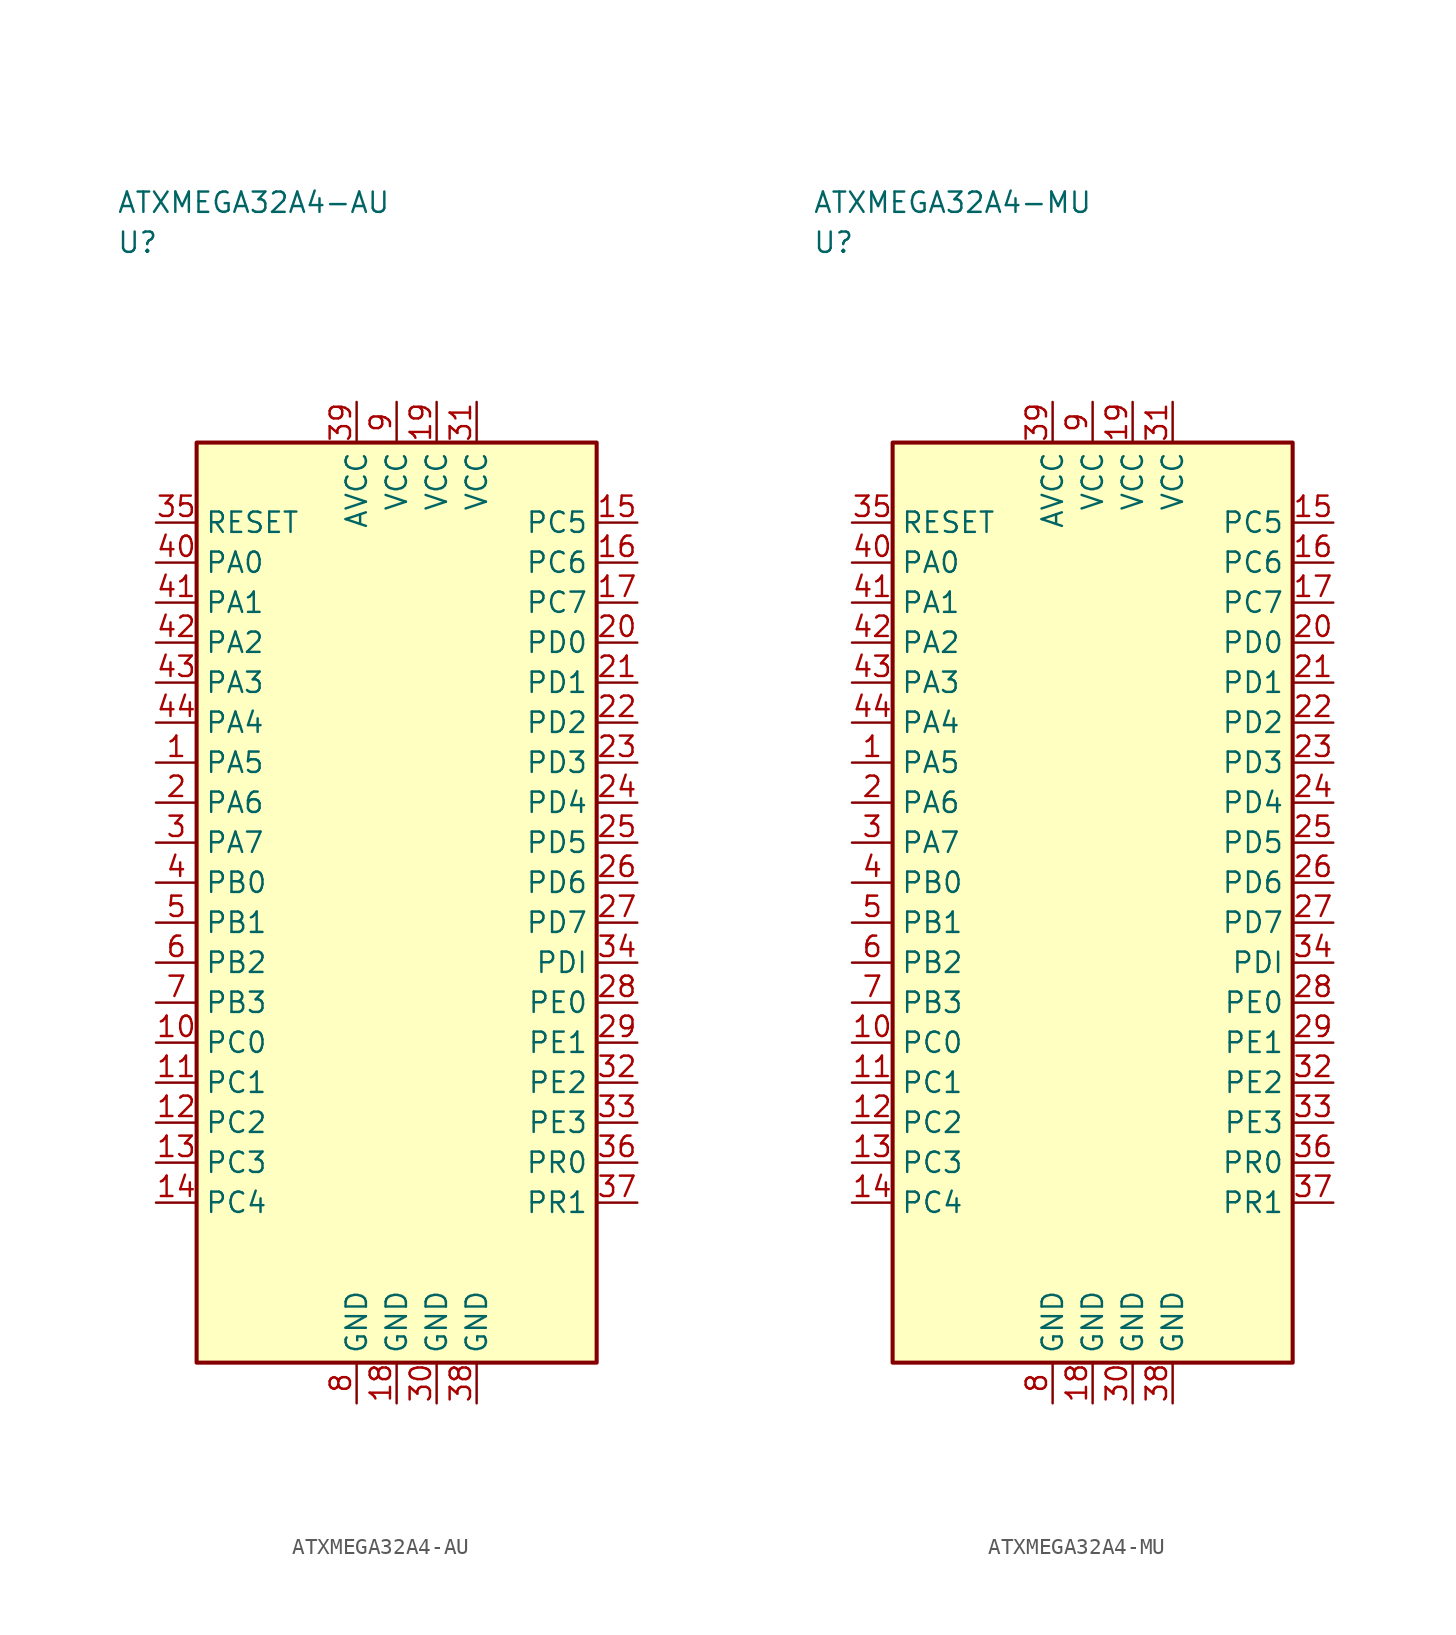
<source format=kicad_sym>
(kicad_symbol_lib
  (version 20241025)
  (generator "kicad_symbol_editor")
  (generator_version "8.0")
  (symbol "ATXMEGA32A4-AU"
    (property "Reference" "U"
      (at -17.5 41.25 0)
      (effects (font (size 1.27 1.27)) (justify left)))
    (property "Value" "ATXMEGA32A4-AU"
      (at -17.5 43.75 0)
      (effects (font (size 1.27 1.27)) (justify left)))
    (symbol "ATXMEGA32A4-AU_0_1"
      (rectangle (start -12.5 28.75) (end 12.5 -28.75) (stroke (width 0.254) (type default)) (fill (type background))))
    (symbol "ATXMEGA32A4-AU_1_1"
      (pin bidirectional line (at -15.04 8.75 0.0) (length 2.54) (name "PA5" (effects (font (size 1.27 1.27)))) (number "1" (effects (font (size 1.27 1.27)))))
      (pin bidirectional line (at -15.04 6.25 0.0) (length 2.54) (name "PA6" (effects (font (size 1.27 1.27)))) (number "2" (effects (font (size 1.27 1.27)))))
      (pin bidirectional line (at -15.04 3.75 0.0) (length 2.54) (name "PA7" (effects (font (size 1.27 1.27)))) (number "3" (effects (font (size 1.27 1.27)))))
      (pin bidirectional line (at -15.04 1.25 0.0) (length 2.54) (name "PB0" (effects (font (size 1.27 1.27)))) (number "4" (effects (font (size 1.27 1.27)))))
      (pin bidirectional line (at -15.04 -1.25 0.0) (length 2.54) (name "PB1" (effects (font (size 1.27 1.27)))) (number "5" (effects (font (size 1.27 1.27)))))
      (pin bidirectional line (at -15.04 -3.75 0.0) (length 2.54) (name "PB2" (effects (font (size 1.27 1.27)))) (number "6" (effects (font (size 1.27 1.27)))))
      (pin bidirectional line (at -15.04 -6.25 0.0) (length 2.54) (name "PB3" (effects (font (size 1.27 1.27)))) (number "7" (effects (font (size 1.27 1.27)))))
      (pin passive line (at -2.5 -31.29 90.0) (length 2.54) (name "GND" (effects (font (size 1.27 1.27)))) (number "8" (effects (font (size 1.27 1.27)))))
      (pin power_in line (at 0.0 31.29 270.0) (length 2.54) (name "VCC" (effects (font (size 1.27 1.27)))) (number "9" (effects (font (size 1.27 1.27)))))
      (pin bidirectional line (at -15.04 -8.75 0.0) (length 2.54) (name "PC0" (effects (font (size 1.27 1.27)))) (number "10" (effects (font (size 1.27 1.27)))))
      (pin bidirectional line (at -15.04 -11.25 0.0) (length 2.54) (name "PC1" (effects (font (size 1.27 1.27)))) (number "11" (effects (font (size 1.27 1.27)))))
      (pin bidirectional line (at -15.04 -13.75 0.0) (length 2.54) (name "PC2" (effects (font (size 1.27 1.27)))) (number "12" (effects (font (size 1.27 1.27)))))
      (pin bidirectional line (at -15.04 -16.25 0.0) (length 2.54) (name "PC3" (effects (font (size 1.27 1.27)))) (number "13" (effects (font (size 1.27 1.27)))))
      (pin bidirectional line (at -15.04 -18.75 0.0) (length 2.54) (name "PC4" (effects (font (size 1.27 1.27)))) (number "14" (effects (font (size 1.27 1.27)))))
      (pin bidirectional line (at 15.04 23.75 180.0) (length 2.54) (name "PC5" (effects (font (size 1.27 1.27)))) (number "15" (effects (font (size 1.27 1.27)))))
      (pin bidirectional line (at 15.04 21.25 180.0) (length 2.54) (name "PC6" (effects (font (size 1.27 1.27)))) (number "16" (effects (font (size 1.27 1.27)))))
      (pin bidirectional line (at 15.04 18.75 180.0) (length 2.54) (name "PC7" (effects (font (size 1.27 1.27)))) (number "17" (effects (font (size 1.27 1.27)))))
      (pin passive line (at 0.0 -31.29 90.0) (length 2.54) (name "GND" (effects (font (size 1.27 1.27)))) (number "18" (effects (font (size 1.27 1.27)))))
      (pin power_in line (at 2.5 31.29 270.0) (length 2.54) (name "VCC" (effects (font (size 1.27 1.27)))) (number "19" (effects (font (size 1.27 1.27)))))
      (pin bidirectional line (at 15.04 16.25 180.0) (length 2.54) (name "PD0" (effects (font (size 1.27 1.27)))) (number "20" (effects (font (size 1.27 1.27)))))
      (pin bidirectional line (at 15.04 13.75 180.0) (length 2.54) (name "PD1" (effects (font (size 1.27 1.27)))) (number "21" (effects (font (size 1.27 1.27)))))
      (pin bidirectional line (at 15.04 11.25 180.0) (length 2.54) (name "PD2" (effects (font (size 1.27 1.27)))) (number "22" (effects (font (size 1.27 1.27)))))
      (pin bidirectional line (at 15.04 8.75 180.0) (length 2.54) (name "PD3" (effects (font (size 1.27 1.27)))) (number "23" (effects (font (size 1.27 1.27)))))
      (pin bidirectional line (at 15.04 6.25 180.0) (length 2.54) (name "PD4" (effects (font (size 1.27 1.27)))) (number "24" (effects (font (size 1.27 1.27)))))
      (pin bidirectional line (at 15.04 3.75 180.0) (length 2.54) (name "PD5" (effects (font (size 1.27 1.27)))) (number "25" (effects (font (size 1.27 1.27)))))
      (pin bidirectional line (at 15.04 1.25 180.0) (length 2.54) (name "PD6" (effects (font (size 1.27 1.27)))) (number "26" (effects (font (size 1.27 1.27)))))
      (pin bidirectional line (at 15.04 -1.25 180.0) (length 2.54) (name "PD7" (effects (font (size 1.27 1.27)))) (number "27" (effects (font (size 1.27 1.27)))))
      (pin bidirectional line (at 15.04 -6.25 180.0) (length 2.54) (name "PE0" (effects (font (size 1.27 1.27)))) (number "28" (effects (font (size 1.27 1.27)))))
      (pin bidirectional line (at 15.04 -8.75 180.0) (length 2.54) (name "PE1" (effects (font (size 1.27 1.27)))) (number "29" (effects (font (size 1.27 1.27)))))
      (pin passive line (at 2.5 -31.29 90.0) (length 2.54) (name "GND" (effects (font (size 1.27 1.27)))) (number "30" (effects (font (size 1.27 1.27)))))
      (pin power_in line (at 5.0 31.29 270.0) (length 2.54) (name "VCC" (effects (font (size 1.27 1.27)))) (number "31" (effects (font (size 1.27 1.27)))))
      (pin bidirectional line (at 15.04 -11.25 180.0) (length 2.54) (name "PE2" (effects (font (size 1.27 1.27)))) (number "32" (effects (font (size 1.27 1.27)))))
      (pin bidirectional line (at 15.04 -13.75 180.0) (length 2.54) (name "PE3" (effects (font (size 1.27 1.27)))) (number "33" (effects (font (size 1.27 1.27)))))
      (pin bidirectional line (at 15.04 -3.75 180.0) (length 2.54) (name "PDI" (effects (font (size 1.27 1.27)))) (number "34" (effects (font (size 1.27 1.27)))))
      (pin input line (at -15.04 23.75 0.0) (length 2.54) (name "RESET" (effects (font (size 1.27 1.27)))) (number "35" (effects (font (size 1.27 1.27)))))
      (pin bidirectional line (at 15.04 -16.25 180.0) (length 2.54) (name "PR0" (effects (font (size 1.27 1.27)))) (number "36" (effects (font (size 1.27 1.27)))))
      (pin bidirectional line (at 15.04 -18.75 180.0) (length 2.54) (name "PR1" (effects (font (size 1.27 1.27)))) (number "37" (effects (font (size 1.27 1.27)))))
      (pin passive line (at 5.0 -31.29 90.0) (length 2.54) (name "GND" (effects (font (size 1.27 1.27)))) (number "38" (effects (font (size 1.27 1.27)))))
      (pin power_in line (at -2.5 31.29 270.0) (length 2.54) (name "AVCC" (effects (font (size 1.27 1.27)))) (number "39" (effects (font (size 1.27 1.27)))))
      (pin bidirectional line (at -15.04 21.25 0.0) (length 2.54) (name "PA0" (effects (font (size 1.27 1.27)))) (number "40" (effects (font (size 1.27 1.27)))))
      (pin bidirectional line (at -15.04 18.75 0.0) (length 2.54) (name "PA1" (effects (font (size 1.27 1.27)))) (number "41" (effects (font (size 1.27 1.27)))))
      (pin bidirectional line (at -15.04 16.25 0.0) (length 2.54) (name "PA2" (effects (font (size 1.27 1.27)))) (number "42" (effects (font (size 1.27 1.27)))))
      (pin bidirectional line (at -15.04 13.75 0.0) (length 2.54) (name "PA3" (effects (font (size 1.27 1.27)))) (number "43" (effects (font (size 1.27 1.27)))))
      (pin bidirectional line (at -15.04 11.25 0.0) (length 2.54) (name "PA4" (effects (font (size 1.27 1.27)))) (number "44" (effects (font (size 1.27 1.27)))))))
  (symbol "ATXMEGA32A4-MU"
    (property "Reference" "U"
      (at -17.5 41.25 0)
      (effects (font (size 1.27 1.27)) (justify left)))
    (property "Value" "ATXMEGA32A4-MU"
      (at -17.5 43.75 0)
      (effects (font (size 1.27 1.27)) (justify left)))
    (symbol "ATXMEGA32A4-MU_0_1"
      (rectangle (start -12.5 28.75) (end 12.5 -28.75) (stroke (width 0.254) (type default)) (fill (type background))))
    (symbol "ATXMEGA32A4-MU_1_1"
      (pin bidirectional line (at -15.04 8.75 0.0) (length 2.54) (name "PA5" (effects (font (size 1.27 1.27)))) (number "1" (effects (font (size 1.27 1.27)))))
      (pin bidirectional line (at -15.04 6.25 0.0) (length 2.54) (name "PA6" (effects (font (size 1.27 1.27)))) (number "2" (effects (font (size 1.27 1.27)))))
      (pin bidirectional line (at -15.04 3.75 0.0) (length 2.54) (name "PA7" (effects (font (size 1.27 1.27)))) (number "3" (effects (font (size 1.27 1.27)))))
      (pin bidirectional line (at -15.04 1.25 0.0) (length 2.54) (name "PB0" (effects (font (size 1.27 1.27)))) (number "4" (effects (font (size 1.27 1.27)))))
      (pin bidirectional line (at -15.04 -1.25 0.0) (length 2.54) (name "PB1" (effects (font (size 1.27 1.27)))) (number "5" (effects (font (size 1.27 1.27)))))
      (pin bidirectional line (at -15.04 -3.75 0.0) (length 2.54) (name "PB2" (effects (font (size 1.27 1.27)))) (number "6" (effects (font (size 1.27 1.27)))))
      (pin bidirectional line (at -15.04 -6.25 0.0) (length 2.54) (name "PB3" (effects (font (size 1.27 1.27)))) (number "7" (effects (font (size 1.27 1.27)))))
      (pin passive line (at -2.5 -31.29 90.0) (length 2.54) (name "GND" (effects (font (size 1.27 1.27)))) (number "8" (effects (font (size 1.27 1.27)))))
      (pin power_in line (at 0.0 31.29 270.0) (length 2.54) (name "VCC" (effects (font (size 1.27 1.27)))) (number "9" (effects (font (size 1.27 1.27)))))
      (pin bidirectional line (at -15.04 -8.75 0.0) (length 2.54) (name "PC0" (effects (font (size 1.27 1.27)))) (number "10" (effects (font (size 1.27 1.27)))))
      (pin bidirectional line (at -15.04 -11.25 0.0) (length 2.54) (name "PC1" (effects (font (size 1.27 1.27)))) (number "11" (effects (font (size 1.27 1.27)))))
      (pin bidirectional line (at -15.04 -13.75 0.0) (length 2.54) (name "PC2" (effects (font (size 1.27 1.27)))) (number "12" (effects (font (size 1.27 1.27)))))
      (pin bidirectional line (at -15.04 -16.25 0.0) (length 2.54) (name "PC3" (effects (font (size 1.27 1.27)))) (number "13" (effects (font (size 1.27 1.27)))))
      (pin bidirectional line (at -15.04 -18.75 0.0) (length 2.54) (name "PC4" (effects (font (size 1.27 1.27)))) (number "14" (effects (font (size 1.27 1.27)))))
      (pin bidirectional line (at 15.04 23.75 180.0) (length 2.54) (name "PC5" (effects (font (size 1.27 1.27)))) (number "15" (effects (font (size 1.27 1.27)))))
      (pin bidirectional line (at 15.04 21.25 180.0) (length 2.54) (name "PC6" (effects (font (size 1.27 1.27)))) (number "16" (effects (font (size 1.27 1.27)))))
      (pin bidirectional line (at 15.04 18.75 180.0) (length 2.54) (name "PC7" (effects (font (size 1.27 1.27)))) (number "17" (effects (font (size 1.27 1.27)))))
      (pin passive line (at 0.0 -31.29 90.0) (length 2.54) (name "GND" (effects (font (size 1.27 1.27)))) (number "18" (effects (font (size 1.27 1.27)))))
      (pin power_in line (at 2.5 31.29 270.0) (length 2.54) (name "VCC" (effects (font (size 1.27 1.27)))) (number "19" (effects (font (size 1.27 1.27)))))
      (pin bidirectional line (at 15.04 16.25 180.0) (length 2.54) (name "PD0" (effects (font (size 1.27 1.27)))) (number "20" (effects (font (size 1.27 1.27)))))
      (pin bidirectional line (at 15.04 13.75 180.0) (length 2.54) (name "PD1" (effects (font (size 1.27 1.27)))) (number "21" (effects (font (size 1.27 1.27)))))
      (pin bidirectional line (at 15.04 11.25 180.0) (length 2.54) (name "PD2" (effects (font (size 1.27 1.27)))) (number "22" (effects (font (size 1.27 1.27)))))
      (pin bidirectional line (at 15.04 8.75 180.0) (length 2.54) (name "PD3" (effects (font (size 1.27 1.27)))) (number "23" (effects (font (size 1.27 1.27)))))
      (pin bidirectional line (at 15.04 6.25 180.0) (length 2.54) (name "PD4" (effects (font (size 1.27 1.27)))) (number "24" (effects (font (size 1.27 1.27)))))
      (pin bidirectional line (at 15.04 3.75 180.0) (length 2.54) (name "PD5" (effects (font (size 1.27 1.27)))) (number "25" (effects (font (size 1.27 1.27)))))
      (pin bidirectional line (at 15.04 1.25 180.0) (length 2.54) (name "PD6" (effects (font (size 1.27 1.27)))) (number "26" (effects (font (size 1.27 1.27)))))
      (pin bidirectional line (at 15.04 -1.25 180.0) (length 2.54) (name "PD7" (effects (font (size 1.27 1.27)))) (number "27" (effects (font (size 1.27 1.27)))))
      (pin bidirectional line (at 15.04 -6.25 180.0) (length 2.54) (name "PE0" (effects (font (size 1.27 1.27)))) (number "28" (effects (font (size 1.27 1.27)))))
      (pin bidirectional line (at 15.04 -8.75 180.0) (length 2.54) (name "PE1" (effects (font (size 1.27 1.27)))) (number "29" (effects (font (size 1.27 1.27)))))
      (pin passive line (at 2.5 -31.29 90.0) (length 2.54) (name "GND" (effects (font (size 1.27 1.27)))) (number "30" (effects (font (size 1.27 1.27)))))
      (pin power_in line (at 5.0 31.29 270.0) (length 2.54) (name "VCC" (effects (font (size 1.27 1.27)))) (number "31" (effects (font (size 1.27 1.27)))))
      (pin bidirectional line (at 15.04 -11.25 180.0) (length 2.54) (name "PE2" (effects (font (size 1.27 1.27)))) (number "32" (effects (font (size 1.27 1.27)))))
      (pin bidirectional line (at 15.04 -13.75 180.0) (length 2.54) (name "PE3" (effects (font (size 1.27 1.27)))) (number "33" (effects (font (size 1.27 1.27)))))
      (pin bidirectional line (at 15.04 -3.75 180.0) (length 2.54) (name "PDI" (effects (font (size 1.27 1.27)))) (number "34" (effects (font (size 1.27 1.27)))))
      (pin input line (at -15.04 23.75 0.0) (length 2.54) (name "RESET" (effects (font (size 1.27 1.27)))) (number "35" (effects (font (size 1.27 1.27)))))
      (pin bidirectional line (at 15.04 -16.25 180.0) (length 2.54) (name "PR0" (effects (font (size 1.27 1.27)))) (number "36" (effects (font (size 1.27 1.27)))))
      (pin bidirectional line (at 15.04 -18.75 180.0) (length 2.54) (name "PR1" (effects (font (size 1.27 1.27)))) (number "37" (effects (font (size 1.27 1.27)))))
      (pin passive line (at 5.0 -31.29 90.0) (length 2.54) (name "GND" (effects (font (size 1.27 1.27)))) (number "38" (effects (font (size 1.27 1.27)))))
      (pin power_in line (at -2.5 31.29 270.0) (length 2.54) (name "AVCC" (effects (font (size 1.27 1.27)))) (number "39" (effects (font (size 1.27 1.27)))))
      (pin bidirectional line (at -15.04 21.25 0.0) (length 2.54) (name "PA0" (effects (font (size 1.27 1.27)))) (number "40" (effects (font (size 1.27 1.27)))))
      (pin bidirectional line (at -15.04 18.75 0.0) (length 2.54) (name "PA1" (effects (font (size 1.27 1.27)))) (number "41" (effects (font (size 1.27 1.27)))))
      (pin bidirectional line (at -15.04 16.25 0.0) (length 2.54) (name "PA2" (effects (font (size 1.27 1.27)))) (number "42" (effects (font (size 1.27 1.27)))))
      (pin bidirectional line (at -15.04 13.75 0.0) (length 2.54) (name "PA3" (effects (font (size 1.27 1.27)))) (number "43" (effects (font (size 1.27 1.27)))))
      (pin bidirectional line (at -15.04 11.25 0.0) (length 2.54) (name "PA4" (effects (font (size 1.27 1.27)))) (number "44" (effects (font (size 1.27 1.27))))))))
</source>
